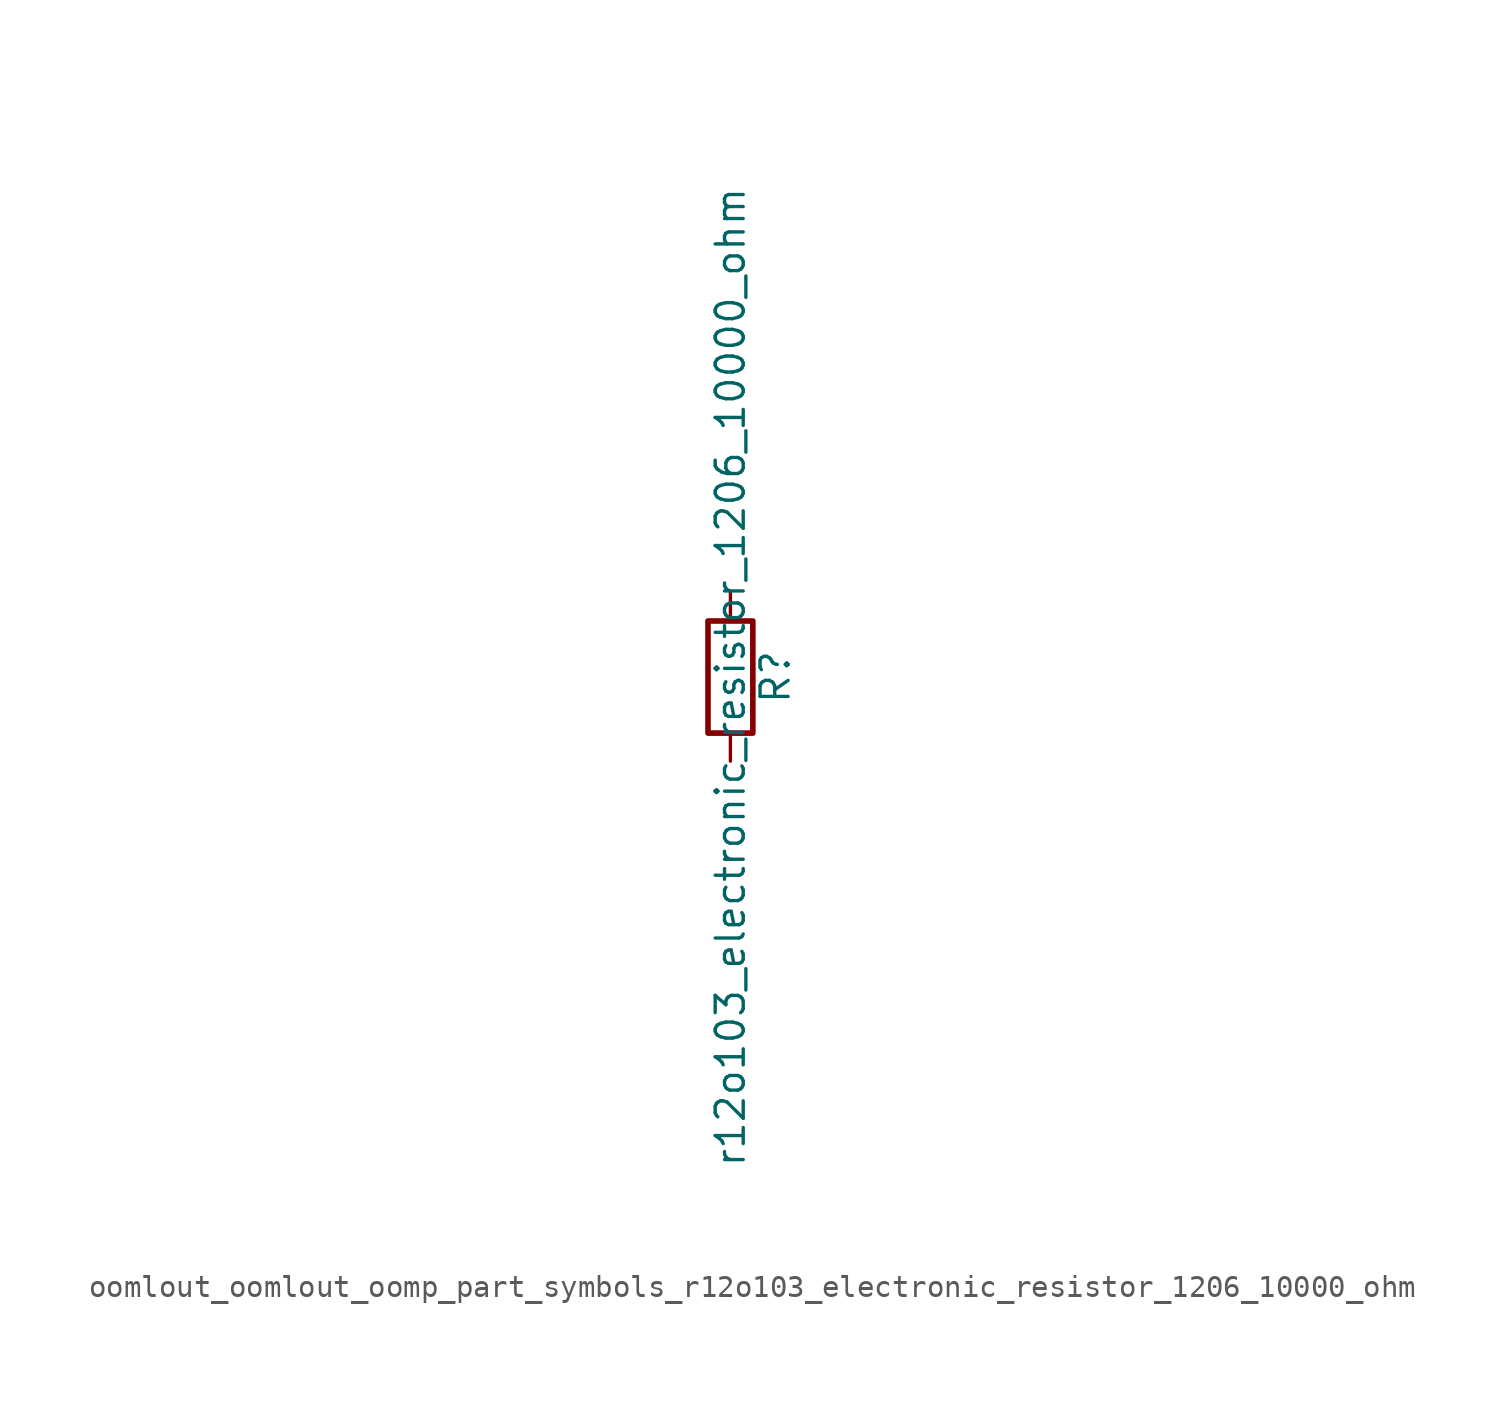
<source format=kicad_sym>
(kicad_symbol_lib
  (version 20220914)
  (generator kicad_symbol_editor)
  (symbol "oomlout_oomlout_oomp_part_symbols_r12o103_electronic_resistor_1206_10000_ohm"
    (pin_numbers hide)
    (pin_names
      (offset 0))
    (property "Reference" "R"
      (at 2.032 0 90)
      (effects (font (size 1.27 1.27))))
    (property "Value" "r12o103_electronic_resistor_1206_10000_ohm"
      (at 0 0 90)
      (effects (font (size 1.27 1.27))))
    (symbol "oomlout_oomlout_oomp_part_symbols_r12o103_electronic_resistor_1206_10000_ohm_0_1"
      (rectangle (start -1.016 -2.54) (end 1.016 2.54) (stroke (width 0.254) (type default)) (fill (type none))))
    (symbol "oomlout_oomlout_oomp_part_symbols_r12o103_electronic_resistor_1206_10000_ohm_1_1"
      (pin passive line (at 0 3.81 270) (length 1.27) (name "~" (effects (font (size 1.27 1.27)))) (number "1" (effects (font (size 1.27 1.27)))))
      (pin passive line (at 0 -3.81 90) (length 1.27) (name "~" (effects (font (size 1.27 1.27)))) (number "2" (effects (font (size 1.27 1.27))))))))
</source>
